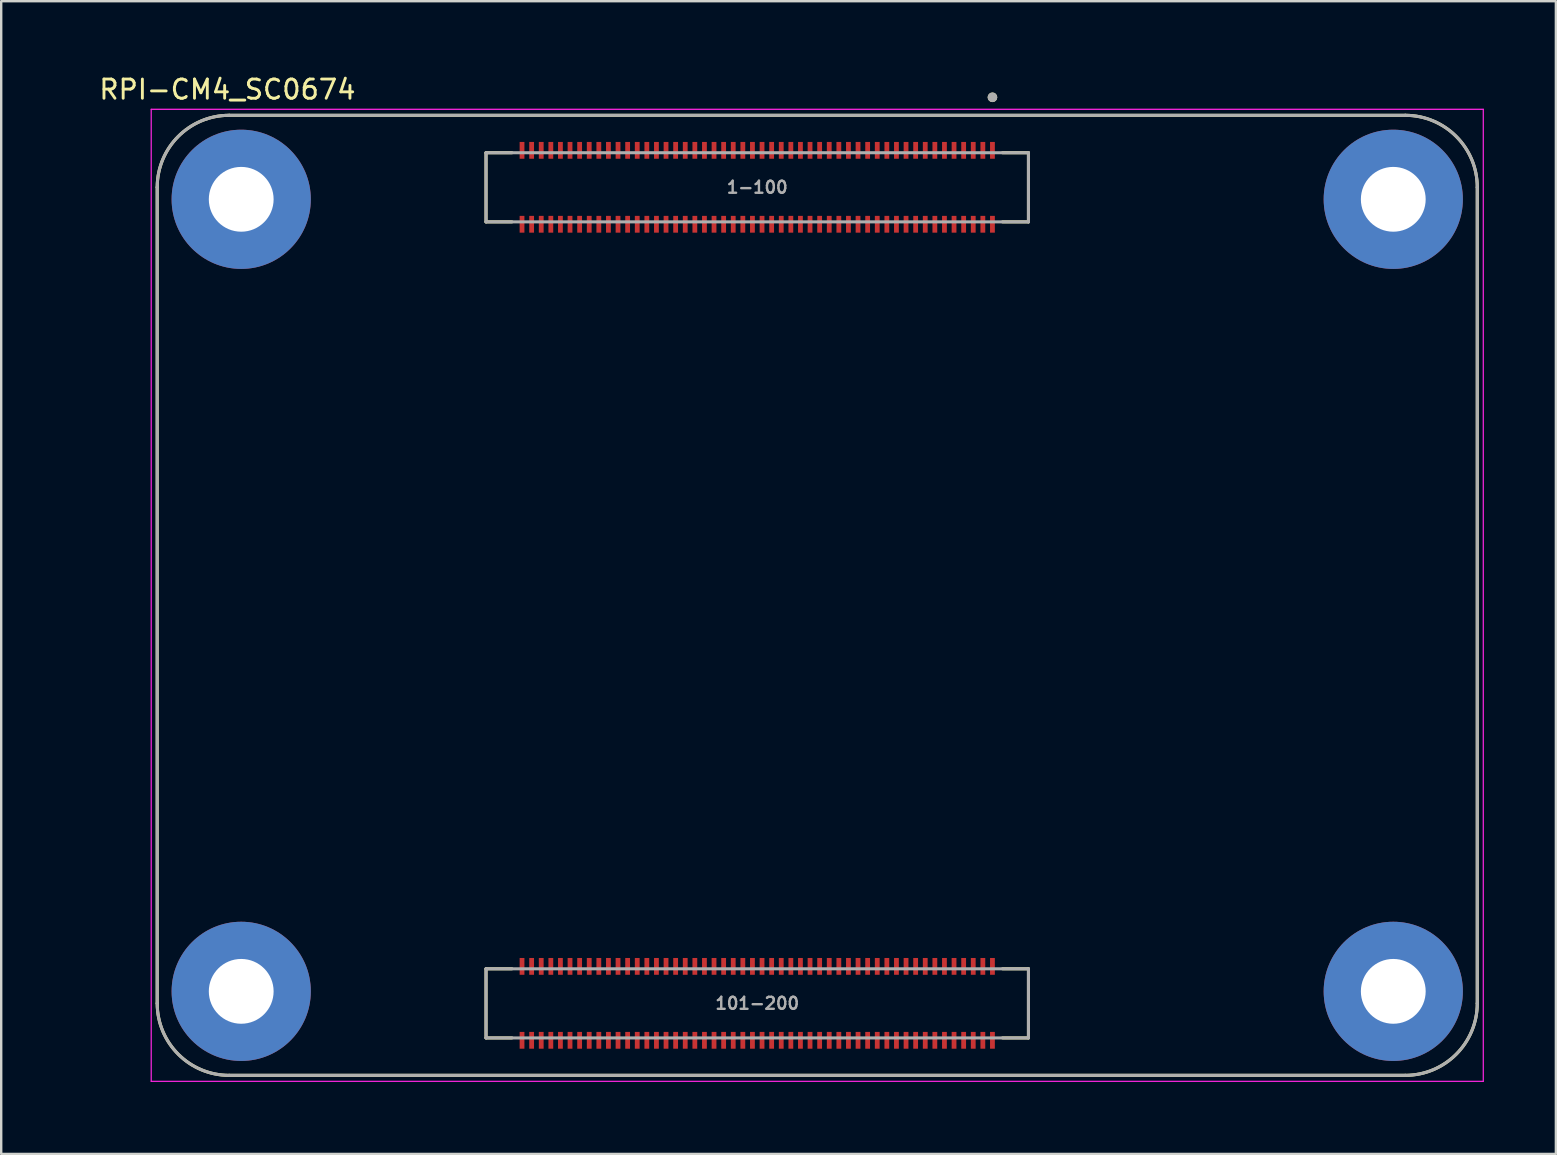
<source format=kicad_pcb>
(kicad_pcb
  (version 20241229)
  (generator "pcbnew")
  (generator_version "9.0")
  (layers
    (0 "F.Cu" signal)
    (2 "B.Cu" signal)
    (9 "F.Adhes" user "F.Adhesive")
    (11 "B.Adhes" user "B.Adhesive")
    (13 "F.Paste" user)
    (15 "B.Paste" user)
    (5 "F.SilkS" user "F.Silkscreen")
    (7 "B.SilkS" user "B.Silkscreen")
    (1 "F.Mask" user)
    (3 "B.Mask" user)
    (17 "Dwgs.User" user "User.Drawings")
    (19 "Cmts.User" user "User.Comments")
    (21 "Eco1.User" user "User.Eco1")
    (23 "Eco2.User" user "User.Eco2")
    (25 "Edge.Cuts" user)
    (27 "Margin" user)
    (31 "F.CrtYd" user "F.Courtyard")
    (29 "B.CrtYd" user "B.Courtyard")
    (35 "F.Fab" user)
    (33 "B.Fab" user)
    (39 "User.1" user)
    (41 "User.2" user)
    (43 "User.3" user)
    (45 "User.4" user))
  (footprint "RPI-CM4_SC0674"
    (layer "F.Cu")
    (at 31 21.754)
    (property "Reference" "RPI-CM4_SC0674" (at -24.575 -21.075 0) (layer "F.SilkS") (effects (font (size 0.8 0.8) (thickness 0.12))))
    (attr smd)
    (fp_line (start -27.5 -17) (end -27.5 17) (stroke (width 0.127) (type solid)) (layer "F.SilkS"))
    (fp_line (start -24.5 20) (end 24.5 20) (stroke (width 0.127) (type solid)) (layer "F.SilkS"))
    (fp_line (start -13.8 -18.44) (end -13.8 -15.56) (stroke (width 0.127) (type solid)) (layer "F.SilkS"))
    (fp_line (start -13.8 -15.56) (end -12.72 -15.56) (stroke (width 0.127) (type solid)) (layer "F.SilkS"))
    (fp_line (start -13.8 15.56) (end -13.8 18.44) (stroke (width 0.127) (type solid)) (layer "F.SilkS"))
    (fp_line (start -13.8 18.44) (end -12.72 18.44) (stroke (width 0.127) (type solid)) (layer "F.SilkS"))
    (fp_line (start -12.72 -18.44) (end -13.8 -18.44) (stroke (width 0.127) (type solid)) (layer "F.SilkS"))
    (fp_line (start -12.72 15.56) (end -13.8 15.56) (stroke (width 0.127) (type solid)) (layer "F.SilkS"))
    (fp_line (start 7.72 -18.44) (end 8.8 -18.44) (stroke (width 0.127) (type solid)) (layer "F.SilkS"))
    (fp_line (start 7.72 15.56) (end 8.8 15.56) (stroke (width 0.127) (type solid)) (layer "F.SilkS"))
    (fp_line (start 8.8 -18.44) (end 8.8 -15.56) (stroke (width 0.127) (type solid)) (layer "F.SilkS"))
    (fp_line (start 8.8 -15.56) (end 7.72 -15.56) (stroke (width 0.127) (type solid)) (layer "F.SilkS"))
    (fp_line (start 8.8 15.56) (end 8.8 18.44) (stroke (width 0.127) (type solid)) (layer "F.SilkS"))
    (fp_line (start 8.8 18.44) (end 7.72 18.44) (stroke (width 0.127) (type solid)) (layer "F.SilkS"))
    (fp_line (start 24.5 -20) (end -24.5 -20) (stroke (width 0.127) (type solid)) (layer "F.SilkS"))
    (fp_line (start 27.5 17) (end 27.5 -17) (stroke (width 0.127) (type solid)) (layer "F.SilkS"))
    (fp_arc (start -27.5 -17) (mid -26.62132 -19.12132) (end -24.5 -20) (stroke (width 0.127) (type solid)) (layer "F.SilkS"))
    (fp_arc (start -24.5 20) (mid -26.62132 19.12132) (end -27.5 17) (stroke (width 0.127) (type solid)) (layer "F.SilkS"))
    (fp_arc (start 24.5 -20) (mid 26.62132 -19.12132) (end 27.5 -17) (stroke (width 0.127) (type solid)) (layer "F.SilkS"))
    (fp_arc (start 27.5 17) (mid 26.62132 19.12132) (end 24.5 20) (stroke (width 0.127) (type solid)) (layer "F.SilkS"))
    (fp_circle (center 7.3 -20.75) (end 7.4 -20.75) (stroke (width 0.2) (type solid)) (fill no) (layer "F.SilkS"))
    (fp_line (start -27.75 -20.25) (end -27.75 20.25) (stroke (width 0.05) (type solid)) (layer "F.CrtYd"))
    (fp_line (start -27.75 20.25) (end 27.75 20.25) (stroke (width 0.05) (type solid)) (layer "F.CrtYd"))
    (fp_line (start 27.75 -20.25) (end -27.75 -20.25) (stroke (width 0.05) (type solid)) (layer "F.CrtYd"))
    (fp_line (start 27.75 20.25) (end 27.75 -20.25) (stroke (width 0.05) (type solid)) (layer "F.CrtYd"))
    (fp_line (start -27.5 -17) (end -27.5 17) (stroke (width 0.127) (type solid)) (layer "F.Fab"))
    (fp_line (start -24.5 20) (end 24.5 20) (stroke (width 0.127) (type solid)) (layer "F.Fab"))
    (fp_line (start -13.8 -18.44) (end 8.8 -18.44) (stroke (width 0.127) (type solid)) (layer "F.Fab"))
    (fp_line (start -13.8 -15.56) (end -13.8 -18.44) (stroke (width 0.127) (type solid)) (layer "F.Fab"))
    (fp_line (start -13.8 15.56) (end 8.8 15.56) (stroke (width 0.127) (type solid)) (layer "F.Fab"))
    (fp_line (start -13.8 18.44) (end -13.8 15.56) (stroke (width 0.127) (type solid)) (layer "F.Fab"))
    (fp_line (start 8.8 -18.44) (end 8.8 -15.56) (stroke (width 0.127) (type solid)) (layer "F.Fab"))
    (fp_line (start 8.8 -15.56) (end -13.8 -15.56) (stroke (width 0.127) (type solid)) (layer "F.Fab"))
    (fp_line (start 8.8 15.56) (end 8.8 18.44) (stroke (width 0.127) (type solid)) (layer "F.Fab"))
    (fp_line (start 8.8 18.44) (end -13.8 18.44) (stroke (width 0.127) (type solid)) (layer "F.Fab"))
    (fp_line (start 24.5 -20) (end -24.5 -20) (stroke (width 0.127) (type solid)) (layer "F.Fab"))
    (fp_line (start 27.5 17) (end 27.5 -17) (stroke (width 0.127) (type solid)) (layer "F.Fab"))
    (fp_arc (start -27.5 -17) (mid -26.62132 -19.12132) (end -24.5 -20) (stroke (width 0.127) (type solid)) (layer "F.Fab"))
    (fp_arc (start -24.5 20) (mid -26.62132 19.12132) (end -27.5 17) (stroke (width 0.127) (type solid)) (layer "F.Fab"))
    (fp_arc (start 24.5 -20) (mid 26.62132 -19.12132) (end 27.5 -17) (stroke (width 0.127) (type solid)) (layer "F.Fab"))
    (fp_arc (start 27.5 17) (mid 26.62132 19.12132) (end 24.5 20) (stroke (width 0.127) (type solid)) (layer "F.Fab"))
    (fp_circle (center 7.3 -20.75) (end 7.4 -20.75) (stroke (width 0.2) (type solid)) (fill no) (layer "F.Fab"))
    (fp_text user "1-100" (at -2.5 -17 0) (layer "F.Fab") (effects (font (size 0.5 0.5) (thickness 0.1))))
    (fp_text user "101-200" (at -2.5 17 0) (layer "F.Fab") (effects (font (size 0.5 0.5) (thickness 0.1))))
    (pad "1" smd rect (at 7.3 -18.54) (size 0.2 0.7) (layers "F.Cu" "F.Mask" "F.Paste"))
    (pad "2" smd rect (at 7.3 -15.46) (size 0.2 0.7) (layers "F.Cu" "F.Mask" "F.Paste"))
    (pad "3" smd rect (at 6.9 -18.54) (size 0.2 0.7) (layers "F.Cu" "F.Mask" "F.Paste"))
    (pad "4" smd rect (at 6.9 -15.46) (size 0.2 0.7) (layers "F.Cu" "F.Mask" "F.Paste"))
    (pad "5" smd rect (at 6.5 -18.54) (size 0.2 0.7) (layers "F.Cu" "F.Mask" "F.Paste"))
    (pad "6" smd rect (at 6.5 -15.46) (size 0.2 0.7) (layers "F.Cu" "F.Mask" "F.Paste"))
    (pad "7" smd rect (at 6.1 -18.54) (size 0.2 0.7) (layers "F.Cu" "F.Mask" "F.Paste"))
    (pad "8" smd rect (at 6.1 -15.46) (size 0.2 0.7) (layers "F.Cu" "F.Mask" "F.Paste"))
    (pad "9" smd rect (at 5.7 -18.54) (size 0.2 0.7) (layers "F.Cu" "F.Mask" "F.Paste"))
    (pad "10" smd rect (at 5.7 -15.46) (size 0.2 0.7) (layers "F.Cu" "F.Mask" "F.Paste"))
    (pad "11" smd rect (at 5.3 -18.54) (size 0.2 0.7) (layers "F.Cu" "F.Mask" "F.Paste"))
    (pad "12" smd rect (at 5.3 -15.46) (size 0.2 0.7) (layers "F.Cu" "F.Mask" "F.Paste"))
    (pad "13" smd rect (at 4.9 -18.54) (size 0.2 0.7) (layers "F.Cu" "F.Mask" "F.Paste"))
    (pad "14" smd rect (at 4.9 -15.46) (size 0.2 0.7) (layers "F.Cu" "F.Mask" "F.Paste"))
    (pad "15" smd rect (at 4.5 -18.54) (size 0.2 0.7) (layers "F.Cu" "F.Mask" "F.Paste"))
    (pad "16" smd rect (at 4.5 -15.46) (size 0.2 0.7) (layers "F.Cu" "F.Mask" "F.Paste"))
    (pad "17" smd rect (at 4.1 -18.54) (size 0.2 0.7) (layers "F.Cu" "F.Mask" "F.Paste"))
    (pad "18" smd rect (at 4.1 -15.46) (size 0.2 0.7) (layers "F.Cu" "F.Mask" "F.Paste"))
    (pad "19" smd rect (at 3.7 -18.54) (size 0.2 0.7) (layers "F.Cu" "F.Mask" "F.Paste"))
    (pad "20" smd rect (at 3.7 -15.46) (size 0.2 0.7) (layers "F.Cu" "F.Mask" "F.Paste"))
    (pad "21" smd rect (at 3.3 -18.54) (size 0.2 0.7) (layers "F.Cu" "F.Mask" "F.Paste"))
    (pad "22" smd rect (at 3.3 -15.46) (size 0.2 0.7) (layers "F.Cu" "F.Mask" "F.Paste"))
    (pad "23" smd rect (at 2.9 -18.54) (size 0.2 0.7) (layers "F.Cu" "F.Mask" "F.Paste"))
    (pad "24" smd rect (at 2.9 -15.46) (size 0.2 0.7) (layers "F.Cu" "F.Mask" "F.Paste"))
    (pad "25" smd rect (at 2.5 -18.54) (size 0.2 0.7) (layers "F.Cu" "F.Mask" "F.Paste"))
    (pad "26" smd rect (at 2.5 -15.46) (size 0.2 0.7) (layers "F.Cu" "F.Mask" "F.Paste"))
    (pad "27" smd rect (at 2.1 -18.54) (size 0.2 0.7) (layers "F.Cu" "F.Mask" "F.Paste"))
    (pad "28" smd rect (at 2.1 -15.46) (size 0.2 0.7) (layers "F.Cu" "F.Mask" "F.Paste"))
    (pad "29" smd rect (at 1.7 -18.54) (size 0.2 0.7) (layers "F.Cu" "F.Mask" "F.Paste"))
    (pad "30" smd rect (at 1.7 -15.46) (size 0.2 0.7) (layers "F.Cu" "F.Mask" "F.Paste"))
    (pad "31" smd rect (at 1.3 -18.54) (size 0.2 0.7) (layers "F.Cu" "F.Mask" "F.Paste"))
    (pad "32" smd rect (at 1.3 -15.46) (size 0.2 0.7) (layers "F.Cu" "F.Mask" "F.Paste"))
    (pad "33" smd rect (at 0.9 -18.54) (size 0.2 0.7) (layers "F.Cu" "F.Mask" "F.Paste"))
    (pad "34" smd rect (at 0.9 -15.46) (size 0.2 0.7) (layers "F.Cu" "F.Mask" "F.Paste"))
    (pad "35" smd rect (at 0.5 -18.54) (size 0.2 0.7) (layers "F.Cu" "F.Mask" "F.Paste"))
    (pad "36" smd rect (at 0.5 -15.46) (size 0.2 0.7) (layers "F.Cu" "F.Mask" "F.Paste"))
    (pad "37" smd rect (at 0.1 -18.54) (size 0.2 0.7) (layers "F.Cu" "F.Mask" "F.Paste"))
    (pad "38" smd rect (at 0.1 -15.46) (size 0.2 0.7) (layers "F.Cu" "F.Mask" "F.Paste"))
    (pad "39" smd rect (at -0.3 -18.54) (size 0.2 0.7) (layers "F.Cu" "F.Mask" "F.Paste"))
    (pad "40" smd rect (at -0.3 -15.46) (size 0.2 0.7) (layers "F.Cu" "F.Mask" "F.Paste"))
    (pad "41" smd rect (at -0.7 -18.54) (size 0.2 0.7) (layers "F.Cu" "F.Mask" "F.Paste"))
    (pad "42" smd rect (at -0.7 -15.46) (size 0.2 0.7) (layers "F.Cu" "F.Mask" "F.Paste"))
    (pad "43" smd rect (at -1.1 -18.54) (size 0.2 0.7) (layers "F.Cu" "F.Mask" "F.Paste"))
    (pad "44" smd rect (at -1.1 -15.46) (size 0.2 0.7) (layers "F.Cu" "F.Mask" "F.Paste"))
    (pad "45" smd rect (at -1.5 -18.54) (size 0.2 0.7) (layers "F.Cu" "F.Mask" "F.Paste"))
    (pad "46" smd rect (at -1.5 -15.46) (size 0.2 0.7) (layers "F.Cu" "F.Mask" "F.Paste"))
    (pad "47" smd rect (at -1.9 -18.54) (size 0.2 0.7) (layers "F.Cu" "F.Mask" "F.Paste"))
    (pad "48" smd rect (at -1.9 -15.46) (size 0.2 0.7) (layers "F.Cu" "F.Mask" "F.Paste"))
    (pad "49" smd rect (at -2.3 -18.54) (size 0.2 0.7) (layers "F.Cu" "F.Mask" "F.Paste"))
    (pad "50" smd rect (at -2.3 -15.46) (size 0.2 0.7) (layers "F.Cu" "F.Mask" "F.Paste"))
    (pad "51" smd rect (at -2.7 -18.54) (size 0.2 0.7) (layers "F.Cu" "F.Mask" "F.Paste"))
    (pad "52" smd rect (at -2.7 -15.46) (size 0.2 0.7) (layers "F.Cu" "F.Mask" "F.Paste"))
    (pad "53" smd rect (at -3.1 -18.54) (size 0.2 0.7) (layers "F.Cu" "F.Mask" "F.Paste"))
    (pad "54" smd rect (at -3.1 -15.46) (size 0.2 0.7) (layers "F.Cu" "F.Mask" "F.Paste"))
    (pad "55" smd rect (at -3.5 -18.54) (size 0.2 0.7) (layers "F.Cu" "F.Mask" "F.Paste"))
    (pad "56" smd rect (at -3.5 -15.46) (size 0.2 0.7) (layers "F.Cu" "F.Mask" "F.Paste"))
    (pad "57" smd rect (at -3.9 -18.54) (size 0.2 0.7) (layers "F.Cu" "F.Mask" "F.Paste"))
    (pad "58" smd rect (at -3.9 -15.46) (size 0.2 0.7) (layers "F.Cu" "F.Mask" "F.Paste"))
    (pad "59" smd rect (at -4.3 -18.54) (size 0.2 0.7) (layers "F.Cu" "F.Mask" "F.Paste"))
    (pad "60" smd rect (at -4.3 -15.46) (size 0.2 0.7) (layers "F.Cu" "F.Mask" "F.Paste"))
    (pad "61" smd rect (at -4.7 -18.54) (size 0.2 0.7) (layers "F.Cu" "F.Mask" "F.Paste"))
    (pad "62" smd rect (at -4.7 -15.46) (size 0.2 0.7) (layers "F.Cu" "F.Mask" "F.Paste"))
    (pad "63" smd rect (at -5.1 -18.54) (size 0.2 0.7) (layers "F.Cu" "F.Mask" "F.Paste"))
    (pad "64" smd rect (at -5.1 -15.46) (size 0.2 0.7) (layers "F.Cu" "F.Mask" "F.Paste"))
    (pad "65" smd rect (at -5.5 -18.54) (size 0.2 0.7) (layers "F.Cu" "F.Mask" "F.Paste"))
    (pad "66" smd rect (at -5.5 -15.46) (size 0.2 0.7) (layers "F.Cu" "F.Mask" "F.Paste"))
    (pad "67" smd rect (at -5.9 -18.54) (size 0.2 0.7) (layers "F.Cu" "F.Mask" "F.Paste"))
    (pad "68" smd rect (at -5.9 -15.46) (size 0.2 0.7) (layers "F.Cu" "F.Mask" "F.Paste"))
    (pad "69" smd rect (at -6.3 -18.54) (size 0.2 0.7) (layers "F.Cu" "F.Mask" "F.Paste"))
    (pad "70" smd rect (at -6.3 -15.46) (size 0.2 0.7) (layers "F.Cu" "F.Mask" "F.Paste"))
    (pad "71" smd rect (at -6.7 -18.54) (size 0.2 0.7) (layers "F.Cu" "F.Mask" "F.Paste"))
    (pad "72" smd rect (at -6.7 -15.46) (size 0.2 0.7) (layers "F.Cu" "F.Mask" "F.Paste"))
    (pad "73" smd rect (at -7.1 -18.54) (size 0.2 0.7) (layers "F.Cu" "F.Mask" "F.Paste"))
    (pad "74" smd rect (at -7.1 -15.46) (size 0.2 0.7) (layers "F.Cu" "F.Mask" "F.Paste"))
    (pad "75" smd rect (at -7.5 -18.54) (size 0.2 0.7) (layers "F.Cu" "F.Mask" "F.Paste"))
    (pad "76" smd rect (at -7.5 -15.46) (size 0.2 0.7) (layers "F.Cu" "F.Mask" "F.Paste"))
    (pad "77" smd rect (at -7.9 -18.54) (size 0.2 0.7) (layers "F.Cu" "F.Mask" "F.Paste"))
    (pad "78" smd rect (at -7.9 -15.46) (size 0.2 0.7) (layers "F.Cu" "F.Mask" "F.Paste"))
    (pad "79" smd rect (at -8.3 -18.54) (size 0.2 0.7) (layers "F.Cu" "F.Mask" "F.Paste"))
    (pad "80" smd rect (at -8.3 -15.46) (size 0.2 0.7) (layers "F.Cu" "F.Mask" "F.Paste"))
    (pad "81" smd rect (at -8.7 -18.54) (size 0.2 0.7) (layers "F.Cu" "F.Mask" "F.Paste"))
    (pad "82" smd rect (at -8.7 -15.46) (size 0.2 0.7) (layers "F.Cu" "F.Mask" "F.Paste"))
    (pad "83" smd rect (at -9.1 -18.54) (size 0.2 0.7) (layers "F.Cu" "F.Mask" "F.Paste"))
    (pad "84" smd rect (at -9.1 -15.46) (size 0.2 0.7) (layers "F.Cu" "F.Mask" "F.Paste"))
    (pad "85" smd rect (at -9.5 -18.54) (size 0.2 0.7) (layers "F.Cu" "F.Mask" "F.Paste"))
    (pad "86" smd rect (at -9.5 -15.46) (size 0.2 0.7) (layers "F.Cu" "F.Mask" "F.Paste"))
    (pad "87" smd rect (at -9.9 -18.54) (size 0.2 0.7) (layers "F.Cu" "F.Mask" "F.Paste"))
    (pad "88" smd rect (at -9.9 -15.46) (size 0.2 0.7) (layers "F.Cu" "F.Mask" "F.Paste"))
    (pad "89" smd rect (at -10.3 -18.54) (size 0.2 0.7) (layers "F.Cu" "F.Mask" "F.Paste"))
    (pad "90" smd rect (at -10.3 -15.46) (size 0.2 0.7) (layers "F.Cu" "F.Mask" "F.Paste"))
    (pad "91" smd rect (at -10.7 -18.54) (size 0.2 0.7) (layers "F.Cu" "F.Mask" "F.Paste"))
    (pad "92" smd rect (at -10.7 -15.46) (size 0.2 0.7) (layers "F.Cu" "F.Mask" "F.Paste"))
    (pad "93" smd rect (at -11.1 -18.54) (size 0.2 0.7) (layers "F.Cu" "F.Mask" "F.Paste"))
    (pad "94" smd rect (at -11.1 -15.46) (size 0.2 0.7) (layers "F.Cu" "F.Mask" "F.Paste"))
    (pad "95" smd rect (at -11.5 -18.54) (size 0.2 0.7) (layers "F.Cu" "F.Mask" "F.Paste"))
    (pad "96" smd rect (at -11.5 -15.46) (size 0.2 0.7) (layers "F.Cu" "F.Mask" "F.Paste"))
    (pad "97" smd rect (at -11.9 -18.54) (size 0.2 0.7) (layers "F.Cu" "F.Mask" "F.Paste"))
    (pad "98" smd rect (at -11.9 -15.46) (size 0.2 0.7) (layers "F.Cu" "F.Mask" "F.Paste"))
    (pad "99" smd rect (at -12.3 -18.54) (size 0.2 0.7) (layers "F.Cu" "F.Mask" "F.Paste"))
    (pad "100" smd rect (at -12.3 -15.46) (size 0.2 0.7) (layers "F.Cu" "F.Mask" "F.Paste"))
    (pad "101" smd rect (at 7.3 15.46) (size 0.2 0.7) (layers "F.Cu" "F.Mask" "F.Paste"))
    (pad "102" smd rect (at 7.3 18.54) (size 0.2 0.7) (layers "F.Cu" "F.Mask" "F.Paste"))
    (pad "103" smd rect (at 6.9 15.46) (size 0.2 0.7) (layers "F.Cu" "F.Mask" "F.Paste"))
    (pad "104" smd rect (at 6.9 18.54) (size 0.2 0.7) (layers "F.Cu" "F.Mask" "F.Paste"))
    (pad "105" smd rect (at 6.5 15.46) (size 0.2 0.7) (layers "F.Cu" "F.Mask" "F.Paste"))
    (pad "106" smd rect (at 6.5 18.54) (size 0.2 0.7) (layers "F.Cu" "F.Mask" "F.Paste"))
    (pad "107" smd rect (at 6.1 15.46) (size 0.2 0.7) (layers "F.Cu" "F.Mask" "F.Paste"))
    (pad "108" smd rect (at 6.1 18.54) (size 0.2 0.7) (layers "F.Cu" "F.Mask" "F.Paste"))
    (pad "109" smd rect (at 5.7 15.46) (size 0.2 0.7) (layers "F.Cu" "F.Mask" "F.Paste"))
    (pad "110" smd rect (at 5.7 18.54) (size 0.2 0.7) (layers "F.Cu" "F.Mask" "F.Paste"))
    (pad "111" smd rect (at 5.3 15.46) (size 0.2 0.7) (layers "F.Cu" "F.Mask" "F.Paste"))
    (pad "112" smd rect (at 5.3 18.54) (size 0.2 0.7) (layers "F.Cu" "F.Mask" "F.Paste"))
    (pad "113" smd rect (at 4.9 15.46) (size 0.2 0.7) (layers "F.Cu" "F.Mask" "F.Paste"))
    (pad "114" smd rect (at 4.9 18.54) (size 0.2 0.7) (layers "F.Cu" "F.Mask" "F.Paste"))
    (pad "115" smd rect (at 4.5 15.46) (size 0.2 0.7) (layers "F.Cu" "F.Mask" "F.Paste"))
    (pad "116" smd rect (at 4.5 18.54) (size 0.2 0.7) (layers "F.Cu" "F.Mask" "F.Paste"))
    (pad "117" smd rect (at 4.1 15.46) (size 0.2 0.7) (layers "F.Cu" "F.Mask" "F.Paste"))
    (pad "118" smd rect (at 4.1 18.54) (size 0.2 0.7) (layers "F.Cu" "F.Mask" "F.Paste"))
    (pad "119" smd rect (at 3.7 15.46) (size 0.2 0.7) (layers "F.Cu" "F.Mask" "F.Paste"))
    (pad "120" smd rect (at 3.7 18.54) (size 0.2 0.7) (layers "F.Cu" "F.Mask" "F.Paste"))
    (pad "121" smd rect (at 3.3 15.46) (size 0.2 0.7) (layers "F.Cu" "F.Mask" "F.Paste"))
    (pad "122" smd rect (at 3.3 18.54) (size 0.2 0.7) (layers "F.Cu" "F.Mask" "F.Paste"))
    (pad "123" smd rect (at 2.9 15.46) (size 0.2 0.7) (layers "F.Cu" "F.Mask" "F.Paste"))
    (pad "124" smd rect (at 2.9 18.54) (size 0.2 0.7) (layers "F.Cu" "F.Mask" "F.Paste"))
    (pad "125" smd rect (at 2.5 15.46) (size 0.2 0.7) (layers "F.Cu" "F.Mask" "F.Paste"))
    (pad "126" smd rect (at 2.5 18.54) (size 0.2 0.7) (layers "F.Cu" "F.Mask" "F.Paste"))
    (pad "127" smd rect (at 2.1 15.46) (size 0.2 0.7) (layers "F.Cu" "F.Mask" "F.Paste"))
    (pad "128" smd rect (at 2.1 18.54) (size 0.2 0.7) (layers "F.Cu" "F.Mask" "F.Paste"))
    (pad "129" smd rect (at 1.7 15.46) (size 0.2 0.7) (layers "F.Cu" "F.Mask" "F.Paste"))
    (pad "130" smd rect (at 1.7 18.54) (size 0.2 0.7) (layers "F.Cu" "F.Mask" "F.Paste"))
    (pad "131" smd rect (at 1.3 15.46) (size 0.2 0.7) (layers "F.Cu" "F.Mask" "F.Paste"))
    (pad "132" smd rect (at 1.3 18.54) (size 0.2 0.7) (layers "F.Cu" "F.Mask" "F.Paste"))
    (pad "133" smd rect (at 0.9 15.46) (size 0.2 0.7) (layers "F.Cu" "F.Mask" "F.Paste"))
    (pad "134" smd rect (at 0.9 18.54) (size 0.2 0.7) (layers "F.Cu" "F.Mask" "F.Paste"))
    (pad "135" smd rect (at 0.5 15.46) (size 0.2 0.7) (layers "F.Cu" "F.Mask" "F.Paste"))
    (pad "136" smd rect (at 0.5 18.54) (size 0.2 0.7) (layers "F.Cu" "F.Mask" "F.Paste"))
    (pad "137" smd rect (at 0.1 15.46) (size 0.2 0.7) (layers "F.Cu" "F.Mask" "F.Paste"))
    (pad "138" smd rect (at 0.1 18.54) (size 0.2 0.7) (layers "F.Cu" "F.Mask" "F.Paste"))
    (pad "139" smd rect (at -0.3 15.46) (size 0.2 0.7) (layers "F.Cu" "F.Mask" "F.Paste"))
    (pad "140" smd rect (at -0.3 18.54) (size 0.2 0.7) (layers "F.Cu" "F.Mask" "F.Paste"))
    (pad "141" smd rect (at -0.7 15.46) (size 0.2 0.7) (layers "F.Cu" "F.Mask" "F.Paste"))
    (pad "142" smd rect (at -0.7 18.54) (size 0.2 0.7) (layers "F.Cu" "F.Mask" "F.Paste"))
    (pad "143" smd rect (at -1.1 15.46) (size 0.2 0.7) (layers "F.Cu" "F.Mask" "F.Paste"))
    (pad "144" smd rect (at -1.1 18.54) (size 0.2 0.7) (layers "F.Cu" "F.Mask" "F.Paste"))
    (pad "145" smd rect (at -1.5 15.46) (size 0.2 0.7) (layers "F.Cu" "F.Mask" "F.Paste"))
    (pad "146" smd rect (at -1.5 18.54) (size 0.2 0.7) (layers "F.Cu" "F.Mask" "F.Paste"))
    (pad "147" smd rect (at -1.9 15.46) (size 0.2 0.7) (layers "F.Cu" "F.Mask" "F.Paste"))
    (pad "148" smd rect (at -1.9 18.54) (size 0.2 0.7) (layers "F.Cu" "F.Mask" "F.Paste"))
    (pad "149" smd rect (at -2.3 15.46) (size 0.2 0.7) (layers "F.Cu" "F.Mask" "F.Paste"))
    (pad "150" smd rect (at -2.3 18.54) (size 0.2 0.7) (layers "F.Cu" "F.Mask" "F.Paste"))
    (pad "151" smd rect (at -2.7 15.46) (size 0.2 0.7) (layers "F.Cu" "F.Mask" "F.Paste"))
    (pad "152" smd rect (at -2.7 18.54) (size 0.2 0.7) (layers "F.Cu" "F.Mask" "F.Paste"))
    (pad "153" smd rect (at -3.1 15.46) (size 0.2 0.7) (layers "F.Cu" "F.Mask" "F.Paste"))
    (pad "154" smd rect (at -3.1 18.54) (size 0.2 0.7) (layers "F.Cu" "F.Mask" "F.Paste"))
    (pad "155" smd rect (at -3.5 15.46) (size 0.2 0.7) (layers "F.Cu" "F.Mask" "F.Paste"))
    (pad "156" smd rect (at -3.5 18.54) (size 0.2 0.7) (layers "F.Cu" "F.Mask" "F.Paste"))
    (pad "157" smd rect (at -3.9 15.46) (size 0.2 0.7) (layers "F.Cu" "F.Mask" "F.Paste"))
    (pad "158" smd rect (at -3.9 18.54) (size 0.2 0.7) (layers "F.Cu" "F.Mask" "F.Paste"))
    (pad "159" smd rect (at -4.3 15.46) (size 0.2 0.7) (layers "F.Cu" "F.Mask" "F.Paste"))
    (pad "160" smd rect (at -4.3 18.54) (size 0.2 0.7) (layers "F.Cu" "F.Mask" "F.Paste"))
    (pad "161" smd rect (at -4.7 15.46) (size 0.2 0.7) (layers "F.Cu" "F.Mask" "F.Paste"))
    (pad "162" smd rect (at -4.7 18.54) (size 0.2 0.7) (layers "F.Cu" "F.Mask" "F.Paste"))
    (pad "163" smd rect (at -5.1 15.46) (size 0.2 0.7) (layers "F.Cu" "F.Mask" "F.Paste"))
    (pad "164" smd rect (at -5.1 18.54) (size 0.2 0.7) (layers "F.Cu" "F.Mask" "F.Paste"))
    (pad "165" smd rect (at -5.5 15.46) (size 0.2 0.7) (layers "F.Cu" "F.Mask" "F.Paste"))
    (pad "166" smd rect (at -5.5 18.54) (size 0.2 0.7) (layers "F.Cu" "F.Mask" "F.Paste"))
    (pad "167" smd rect (at -5.9 15.46) (size 0.2 0.7) (layers "F.Cu" "F.Mask" "F.Paste"))
    (pad "168" smd rect (at -5.9 18.54) (size 0.2 0.7) (layers "F.Cu" "F.Mask" "F.Paste"))
    (pad "169" smd rect (at -6.3 15.46) (size 0.2 0.7) (layers "F.Cu" "F.Mask" "F.Paste"))
    (pad "170" smd rect (at -6.3 18.54) (size 0.2 0.7) (layers "F.Cu" "F.Mask" "F.Paste"))
    (pad "171" smd rect (at -6.7 15.46) (size 0.2 0.7) (layers "F.Cu" "F.Mask" "F.Paste"))
    (pad "172" smd rect (at -6.7 18.54) (size 0.2 0.7) (layers "F.Cu" "F.Mask" "F.Paste"))
    (pad "173" smd rect (at -7.1 15.46) (size 0.2 0.7) (layers "F.Cu" "F.Mask" "F.Paste"))
    (pad "174" smd rect (at -7.1 18.54) (size 0.2 0.7) (layers "F.Cu" "F.Mask" "F.Paste"))
    (pad "175" smd rect (at -7.5 15.46) (size 0.2 0.7) (layers "F.Cu" "F.Mask" "F.Paste"))
    (pad "176" smd rect (at -7.5 18.54) (size 0.2 0.7) (layers "F.Cu" "F.Mask" "F.Paste"))
    (pad "177" smd rect (at -7.9 15.46) (size 0.2 0.7) (layers "F.Cu" "F.Mask" "F.Paste"))
    (pad "178" smd rect (at -7.9 18.54) (size 0.2 0.7) (layers "F.Cu" "F.Mask" "F.Paste"))
    (pad "179" smd rect (at -8.3 15.46) (size 0.2 0.7) (layers "F.Cu" "F.Mask" "F.Paste"))
    (pad "180" smd rect (at -8.3 18.54) (size 0.2 0.7) (layers "F.Cu" "F.Mask" "F.Paste"))
    (pad "181" smd rect (at -8.7 15.46) (size 0.2 0.7) (layers "F.Cu" "F.Mask" "F.Paste"))
    (pad "182" smd rect (at -8.7 18.54) (size 0.2 0.7) (layers "F.Cu" "F.Mask" "F.Paste"))
    (pad "183" smd rect (at -9.1 15.46) (size 0.2 0.7) (layers "F.Cu" "F.Mask" "F.Paste"))
    (pad "184" smd rect (at -9.1 18.54) (size 0.2 0.7) (layers "F.Cu" "F.Mask" "F.Paste"))
    (pad "185" smd rect (at -9.5 15.46) (size 0.2 0.7) (layers "F.Cu" "F.Mask" "F.Paste"))
    (pad "186" smd rect (at -9.5 18.54) (size 0.2 0.7) (layers "F.Cu" "F.Mask" "F.Paste"))
    (pad "187" smd rect (at -9.9 15.46) (size 0.2 0.7) (layers "F.Cu" "F.Mask" "F.Paste"))
    (pad "188" smd rect (at -9.9 18.54) (size 0.2 0.7) (layers "F.Cu" "F.Mask" "F.Paste"))
    (pad "189" smd rect (at -10.3 15.46) (size 0.2 0.7) (layers "F.Cu" "F.Mask" "F.Paste"))
    (pad "190" smd rect (at -10.3 18.54) (size 0.2 0.7) (layers "F.Cu" "F.Mask" "F.Paste"))
    (pad "191" smd rect (at -10.7 15.46) (size 0.2 0.7) (layers "F.Cu" "F.Mask" "F.Paste"))
    (pad "192" smd rect (at -10.7 18.54) (size 0.2 0.7) (layers "F.Cu" "F.Mask" "F.Paste"))
    (pad "193" smd rect (at -11.1 15.46) (size 0.2 0.7) (layers "F.Cu" "F.Mask" "F.Paste"))
    (pad "194" smd rect (at -11.1 18.54) (size 0.2 0.7) (layers "F.Cu" "F.Mask" "F.Paste"))
    (pad "195" smd rect (at -11.5 15.46) (size 0.2 0.7) (layers "F.Cu" "F.Mask" "F.Paste"))
    (pad "196" smd rect (at -11.5 18.54) (size 0.2 0.7) (layers "F.Cu" "F.Mask" "F.Paste"))
    (pad "197" smd rect (at -11.9 15.46) (size 0.2 0.7) (layers "F.Cu" "F.Mask" "F.Paste"))
    (pad "198" smd rect (at -11.9 18.54) (size 0.2 0.7) (layers "F.Cu" "F.Mask" "F.Paste"))
    (pad "199" smd rect (at -12.3 15.46) (size 0.2 0.7) (layers "F.Cu" "F.Mask" "F.Paste"))
    (pad "200" smd rect (at -12.3 18.54) (size 0.2 0.7) (layers "F.Cu" "F.Mask" "F.Paste"))
    (pad "SH" thru_hole circle (at -24 -16.5) (size 5.8 5.8) (drill 2.7) (layers "*.Cu" "*.Mask"))
    (pad "SH" thru_hole circle (at -24 16.5) (size 5.8 5.8) (drill 2.7) (layers "*.Cu" "*.Mask"))
    (pad "SH" thru_hole circle (at 24 -16.5) (size 5.8 5.8) (drill 2.7) (layers "*.Cu" "*.Mask"))
    (pad "SH" thru_hole circle (at 24 16.5) (size 5.8 5.8) (drill 2.7) (layers "*.Cu" "*.Mask"))
    (zone (net_name "") (layers "F.Cu" "B.Cu") (hatch edge 0.5) (connect_pads) (min_thickness 0.25) (filled_areas_thickness no) (keepout (tracks not_allowed) (vias not_allowed) (pads not_allowed) (copperpour not_allowed) (footprints allowed)) (placement (enabled no)) (fill) (polygon (pts (xy 0 10.754) (xy 11 10.754) (xy 11 24.754) (xy 0 24.754)))))
  (gr_rect
    (start -3 -3)
    (end 61.775 45.029)
    (stroke (width 0.1) (type default))
    (fill no)
    (layer "Edge.Cuts")))
</source>
